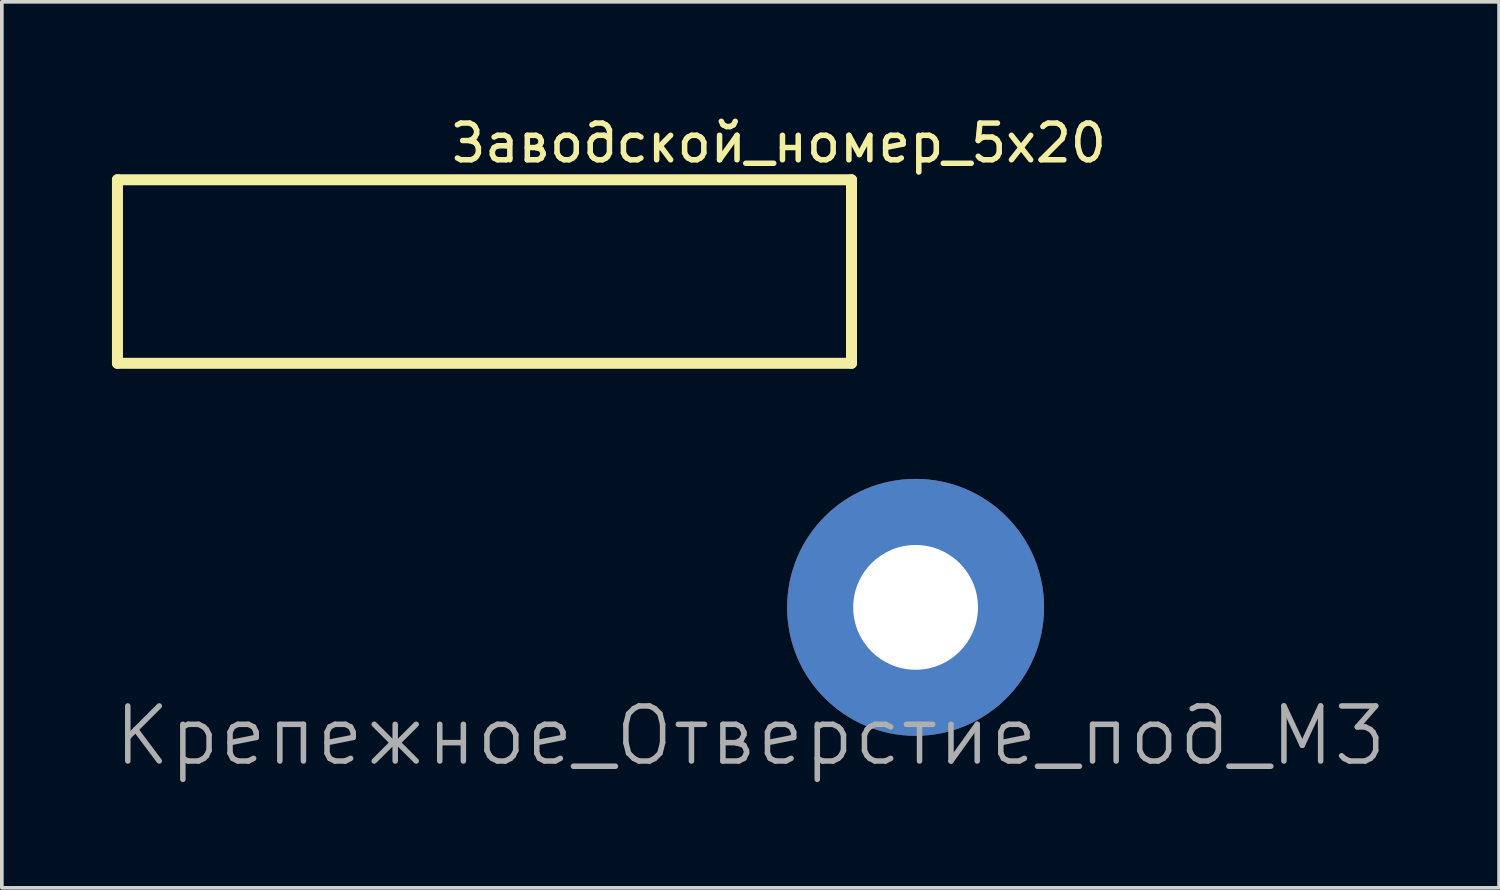
<source format=kicad_pcb>
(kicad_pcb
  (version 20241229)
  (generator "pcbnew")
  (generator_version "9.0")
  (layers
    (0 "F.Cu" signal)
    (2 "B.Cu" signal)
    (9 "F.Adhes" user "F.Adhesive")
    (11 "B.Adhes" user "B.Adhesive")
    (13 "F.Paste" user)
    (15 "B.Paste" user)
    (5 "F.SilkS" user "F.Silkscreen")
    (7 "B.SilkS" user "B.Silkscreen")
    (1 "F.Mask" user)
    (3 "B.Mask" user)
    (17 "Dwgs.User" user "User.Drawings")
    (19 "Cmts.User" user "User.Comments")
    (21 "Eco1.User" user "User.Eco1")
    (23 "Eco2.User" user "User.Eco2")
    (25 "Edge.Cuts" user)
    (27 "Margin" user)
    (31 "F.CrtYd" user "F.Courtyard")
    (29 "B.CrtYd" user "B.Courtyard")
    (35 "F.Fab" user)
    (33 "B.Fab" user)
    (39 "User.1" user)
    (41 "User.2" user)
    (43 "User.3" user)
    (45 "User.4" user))
  (footprint "Крепежное_Отверстие_под_М3"
    (layer "F.Cu")
    (at 21.896 13.498)
    (property "Reference" "Крепежное_Отверстие_под_М3" (at -4.5 3.5 0) (layer "F.Fab") (effects (font (size 1.5 1.5) (thickness 0.15))))
    (attr through_hole)
    (pad "" thru_hole circle (at 0 0) (size 7 7) (drill 3.4) (layers "*.Cu" "*.Mask")))
  (footprint "Заводской_номер_5х20"
    (layer "F.Cu")
    (at 10.15 4.348)
    (property "Reference" "Заводской_номер_5х20" (at 8 -3.5 0) (layer "F.SilkS") (effects (font (size 1 1) (thickness 0.15))))
    (attr through_hole)
    (fp_line (start -10 -2.5) (end -10 2.5) (stroke (width 0.3) (type solid)) (layer "F.SilkS"))
    (fp_line (start -10 2.5) (end 10 2.5) (stroke (width 0.3) (type solid)) (layer "F.SilkS"))
    (fp_line (start 10 -2.5) (end -10 -2.5) (stroke (width 0.3) (type solid)) (layer "F.SilkS"))
    (fp_line (start 10 2.5) (end 10 -2.5) (stroke (width 0.3) (type solid)) (layer "F.SilkS"))
    (pad "" smd rect (at 0 0) (size 19.3 4.3) (layers "F.Mask")))
  (gr_rect
    (start -3 -3)
    (end 37.793 21.139)
    (stroke (width 0.1) (type default))
    (fill no)
    (layer "Edge.Cuts")))
</source>
